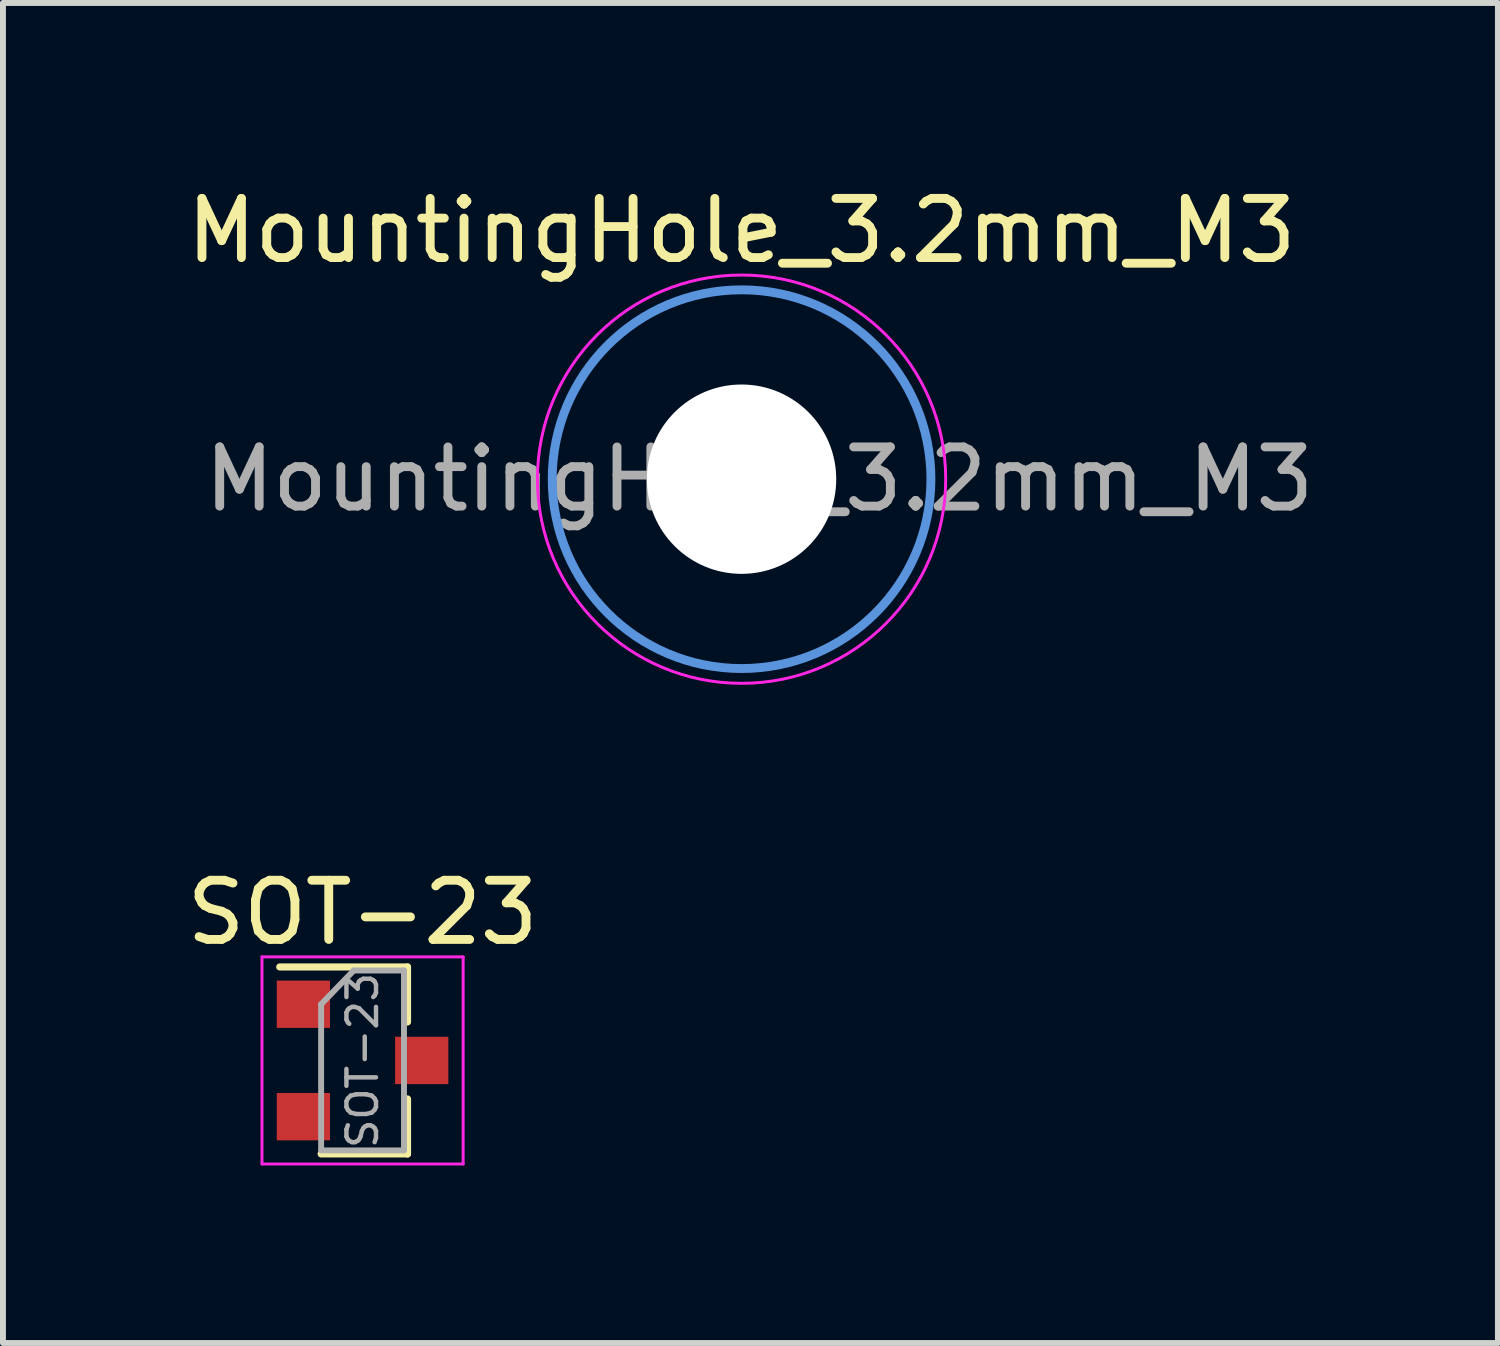
<source format=kicad_pcb>
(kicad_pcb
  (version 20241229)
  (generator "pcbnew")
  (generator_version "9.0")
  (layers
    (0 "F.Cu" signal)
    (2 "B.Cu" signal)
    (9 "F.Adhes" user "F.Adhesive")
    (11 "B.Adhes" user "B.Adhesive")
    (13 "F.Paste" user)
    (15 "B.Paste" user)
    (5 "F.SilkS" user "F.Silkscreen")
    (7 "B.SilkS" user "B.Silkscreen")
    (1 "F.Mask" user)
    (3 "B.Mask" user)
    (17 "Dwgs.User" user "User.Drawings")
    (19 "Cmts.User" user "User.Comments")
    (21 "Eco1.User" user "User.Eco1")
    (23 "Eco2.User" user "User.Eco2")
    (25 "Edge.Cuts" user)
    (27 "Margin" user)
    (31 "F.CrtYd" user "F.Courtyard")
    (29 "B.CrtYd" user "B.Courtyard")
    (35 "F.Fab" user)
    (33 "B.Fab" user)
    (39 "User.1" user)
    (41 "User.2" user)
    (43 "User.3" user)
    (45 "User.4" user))
  (footprint "MountingHole_3.2mm_M3"
    (layer "F.Cu")
    (at 9.482 5.048)
    (property "Reference" "MountingHole_3.2mm_M3" (at 0 -4.2 0) (layer "F.SilkS") (effects (font (size 1 1) (thickness 0.15))))
    (attr exclude_from_pos_files exclude_from_bom)
    (fp_circle (center 0 0) (end 3.2 0) (stroke (width 0.15) (type solid)) (fill no) (layer "Cmts.User"))
    (fp_circle (center 0 0) (end 3.45 0) (stroke (width 0.05) (type solid)) (fill no) (layer "F.CrtYd"))
    (fp_text user "${REFERENCE}" (at 0.3 0 0) (layer "F.Fab") (effects (font (size 1 1) (thickness 0.15))))
    (pad "" np_thru_hole circle (at 0 0) (size 3.2 3.2) (drill 3.2) (layers "*.Cu" "*.Mask")))
  (footprint "SOT-23"
    (layer "F.Cu")
    (at 3.077 14.871)
    (property "Reference" "SOT-23" (at 0 -2.5 180) (layer "F.SilkS") (effects (font (size 1 1) (thickness 0.15))))
    (attr smd)
    (fp_line (start 0.76 -1.58) (end -1.4 -1.58) (stroke (width 0.12) (type solid)) (layer "F.SilkS"))
    (fp_line (start 0.76 -1.58) (end 0.76 -0.65) (stroke (width 0.12) (type solid)) (layer "F.SilkS"))
    (fp_line (start 0.76 1.58) (end -0.7 1.58) (stroke (width 0.12) (type solid)) (layer "F.SilkS"))
    (fp_line (start 0.76 1.58) (end 0.76 0.65) (stroke (width 0.12) (type solid)) (layer "F.SilkS"))
    (fp_line (start -1.7 -1.75) (end 1.7 -1.75) (stroke (width 0.05) (type solid)) (layer "F.CrtYd"))
    (fp_line (start -1.7 1.75) (end -1.7 -1.75) (stroke (width 0.05) (type solid)) (layer "F.CrtYd"))
    (fp_line (start 1.7 -1.75) (end 1.7 1.75) (stroke (width 0.05) (type solid)) (layer "F.CrtYd"))
    (fp_line (start 1.7 1.75) (end -1.7 1.75) (stroke (width 0.05) (type solid)) (layer "F.CrtYd"))
    (fp_line (start -0.7 -0.95) (end -0.7 1.5) (stroke (width 0.1) (type solid)) (layer "F.Fab"))
    (fp_line (start -0.7 -0.95) (end -0.15 -1.52) (stroke (width 0.1) (type solid)) (layer "F.Fab"))
    (fp_line (start -0.7 1.52) (end 0.7 1.52) (stroke (width 0.1) (type solid)) (layer "F.Fab"))
    (fp_line (start -0.15 -1.52) (end 0.7 -1.52) (stroke (width 0.1) (type solid)) (layer "F.Fab"))
    (fp_line (start 0.7 -1.52) (end 0.7 1.52) (stroke (width 0.1) (type solid)) (layer "F.Fab"))
    (fp_text user "${REFERENCE}" (at 0 0 270) (layer "F.Fab") (effects (font (size 0.5 0.5) (thickness 0.075))))
    (pad "1" smd rect (at -1 -0.95) (size 0.9 0.8) (layers "F.Cu" "F.Mask" "F.Paste"))
    (pad "2" smd rect (at -1 0.95) (size 0.9 0.8) (layers "F.Cu" "F.Mask" "F.Paste"))
    (pad "3" smd rect (at 1 0) (size 0.9 0.8) (layers "F.Cu" "F.Mask" "F.Paste")))
  (gr_rect
    (start -3 -3)
    (end 22.264 19.646)
    (stroke (width 0.1) (type default))
    (fill no)
    (layer "Edge.Cuts")))
</source>
